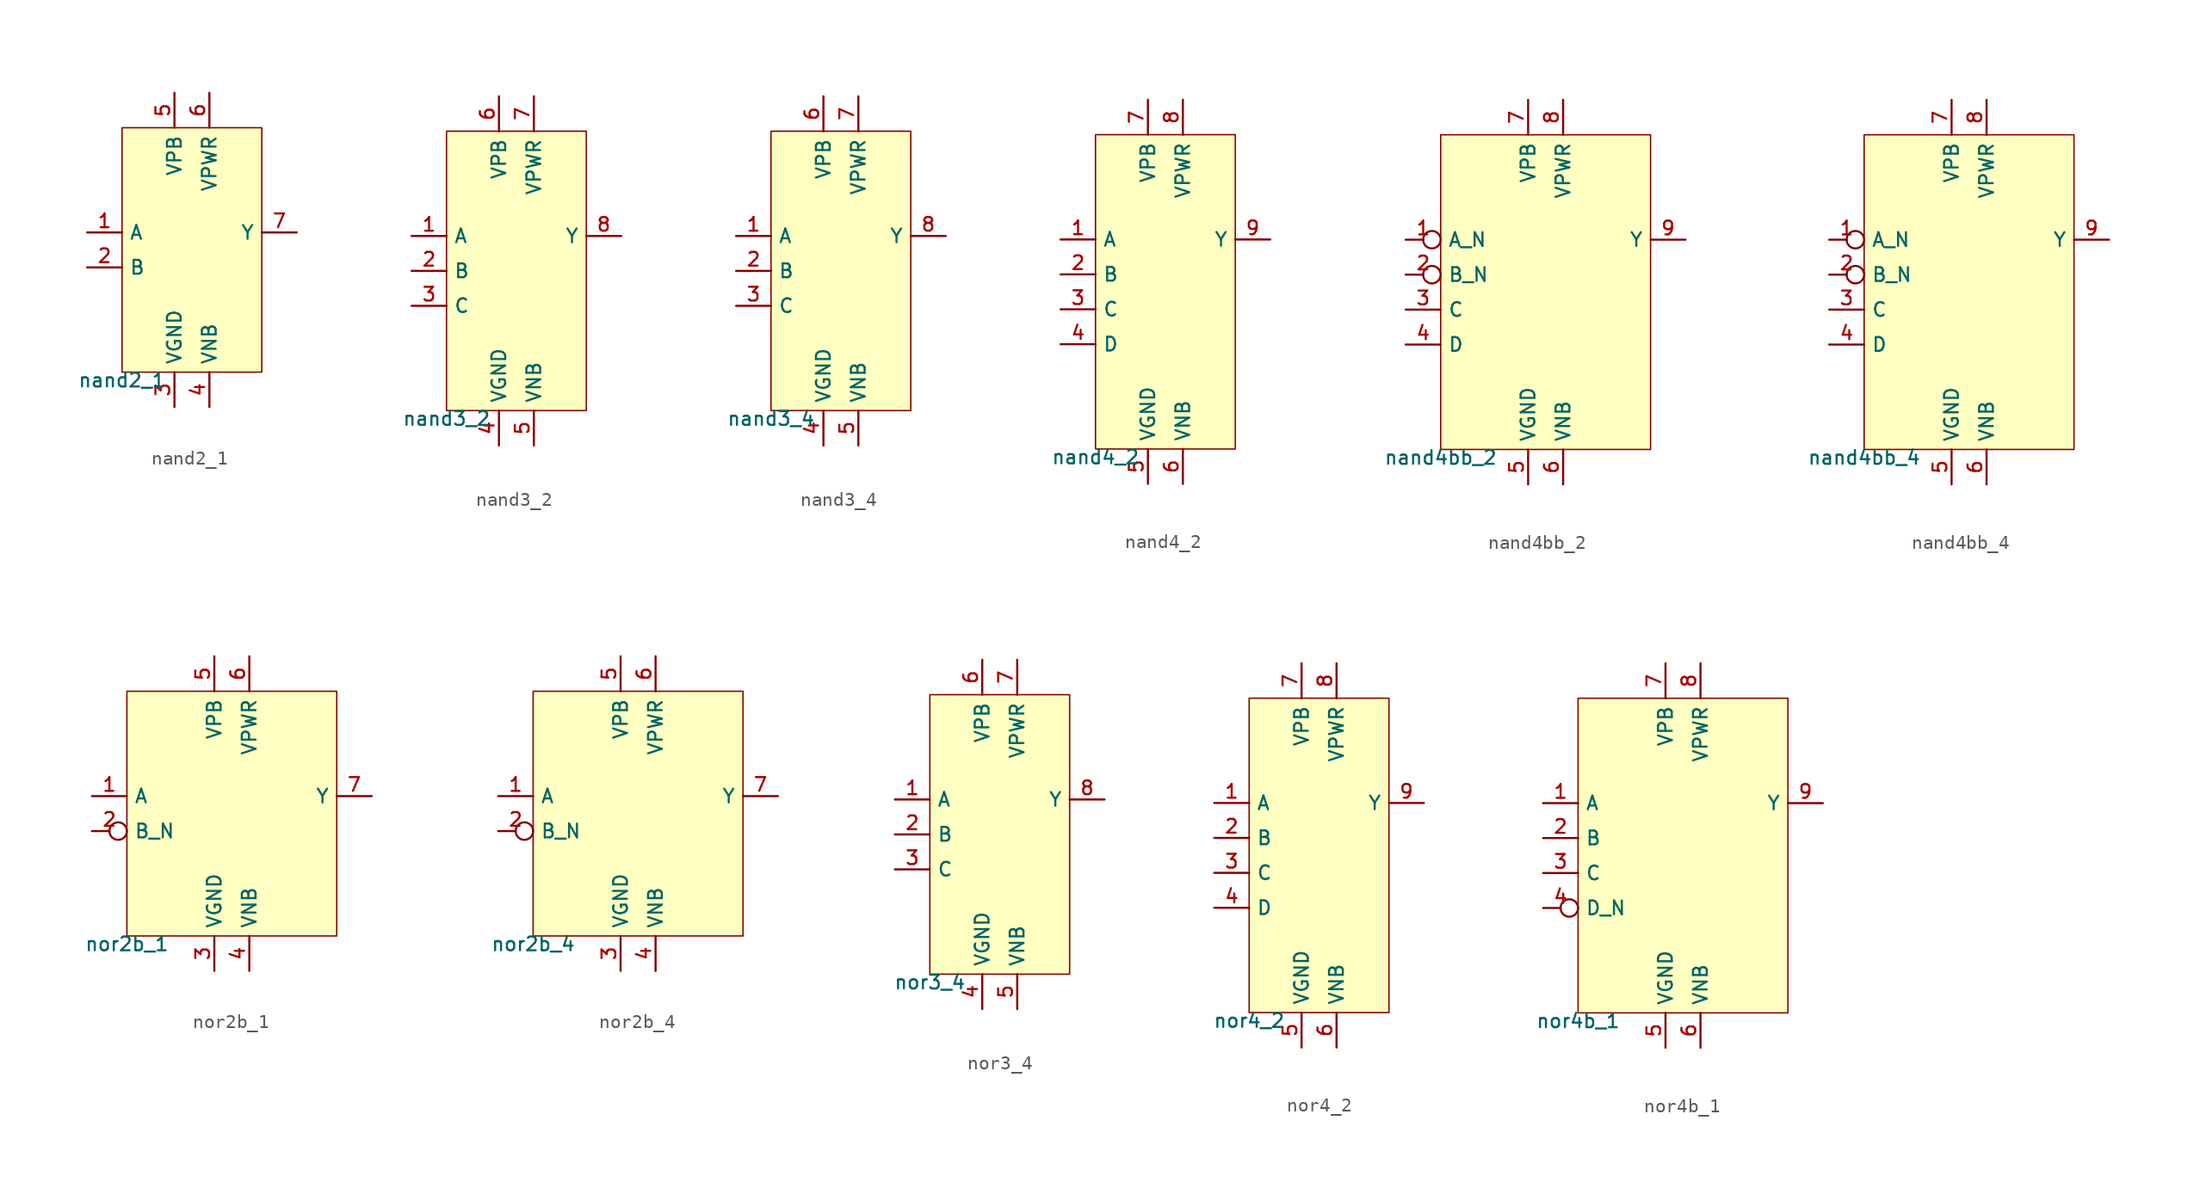
<source format=kicad_sym>
(kicad_symbol_lib
  (version 20211014)
  (generator pdk2kicad)
  (symbol "nand2_1"
    (property "Reference" "X"
      (at 0 0 0)
      (effects (font (size 1 1)) hide))
    (property "Value" "nand2_1"
      (at -5.08 -8.89 0)
      (effects (font (size 1 1)) (justify top)))
    (rectangle
      (start -5.08 -8.89)
      (end 5.08 8.89)
      (stroke (width 0.1) (type solid) (color 0 0 0 0))
      (fill (type background)))
    (pin input line
      (at -7.62 1.27 0)
      (length 2.54)
      (name "A" (effects (font (size 1 1)) hide))
      (number "1" (effects (font (size 1 1)) hide)))
    (pin input line
      (at -7.62 -1.27 0)
      (length 2.54)
      (name "B" (effects (font (size 1 1)) hide))
      (number "2" (effects (font (size 1 1)) hide)))
    (pin power_in line
      (at -1.27 -11.43 90)
      (length 2.54)
      (name "VGND" (effects (font (size 1 1)) hide))
      (number "3" (effects (font (size 1 1)) hide)))
    (pin power_in line
      (at 1.27 -11.43 90)
      (length 2.54)
      (name "VNB" (effects (font (size 1 1)) hide))
      (number "4" (effects (font (size 1 1)) hide)))
    (pin power_in line
      (at -1.27 11.43 270)
      (length 2.54)
      (name "VPB" (effects (font (size 1 1)) hide))
      (number "5" (effects (font (size 1 1)) hide)))
    (pin power_in line
      (at 1.27 11.43 270)
      (length 2.54)
      (name "VPWR" (effects (font (size 1 1)) hide))
      (number "6" (effects (font (size 1 1)) hide)))
    (pin output line
      (at 7.62 1.27 180)
      (length 2.54)
      (name "Y" (effects (font (size 1 1)) hide))
      (number "7" (effects (font (size 1 1)) hide))))
  (symbol "nand3_2"
    (property "Reference" "X"
      (at 0 0 0)
      (effects (font (size 1 1)) hide))
    (property "Value" "nand3_2"
      (at -5.08 -10.16 0)
      (effects (font (size 1 1)) (justify top)))
    (rectangle
      (start -5.08 -10.16)
      (end 5.08 10.16)
      (stroke (width 0.1) (type solid) (color 0 0 0 0))
      (fill (type background)))
    (pin input line
      (at -7.62 2.54 0)
      (length 2.54)
      (name "A" (effects (font (size 1 1)) hide))
      (number "1" (effects (font (size 1 1)) hide)))
    (pin input line
      (at -7.62 0.0 0)
      (length 2.54)
      (name "B" (effects (font (size 1 1)) hide))
      (number "2" (effects (font (size 1 1)) hide)))
    (pin input line
      (at -7.62 -2.54 0)
      (length 2.54)
      (name "C" (effects (font (size 1 1)) hide))
      (number "3" (effects (font (size 1 1)) hide)))
    (pin power_in line
      (at -1.27 -12.7 90)
      (length 2.54)
      (name "VGND" (effects (font (size 1 1)) hide))
      (number "4" (effects (font (size 1 1)) hide)))
    (pin power_in line
      (at 1.27 -12.7 90)
      (length 2.54)
      (name "VNB" (effects (font (size 1 1)) hide))
      (number "5" (effects (font (size 1 1)) hide)))
    (pin power_in line
      (at -1.27 12.7 270)
      (length 2.54)
      (name "VPB" (effects (font (size 1 1)) hide))
      (number "6" (effects (font (size 1 1)) hide)))
    (pin power_in line
      (at 1.27 12.7 270)
      (length 2.54)
      (name "VPWR" (effects (font (size 1 1)) hide))
      (number "7" (effects (font (size 1 1)) hide)))
    (pin output line
      (at 7.62 2.54 180)
      (length 2.54)
      (name "Y" (effects (font (size 1 1)) hide))
      (number "8" (effects (font (size 1 1)) hide))))
  (symbol "nand3_4"
    (property "Reference" "X"
      (at 0 0 0)
      (effects (font (size 1 1)) hide))
    (property "Value" "nand3_4"
      (at -5.08 -10.16 0)
      (effects (font (size 1 1)) (justify top)))
    (rectangle
      (start -5.08 -10.16)
      (end 5.08 10.16)
      (stroke (width 0.1) (type solid) (color 0 0 0 0))
      (fill (type background)))
    (pin input line
      (at -7.62 2.54 0)
      (length 2.54)
      (name "A" (effects (font (size 1 1)) hide))
      (number "1" (effects (font (size 1 1)) hide)))
    (pin input line
      (at -7.62 0.0 0)
      (length 2.54)
      (name "B" (effects (font (size 1 1)) hide))
      (number "2" (effects (font (size 1 1)) hide)))
    (pin input line
      (at -7.62 -2.54 0)
      (length 2.54)
      (name "C" (effects (font (size 1 1)) hide))
      (number "3" (effects (font (size 1 1)) hide)))
    (pin power_in line
      (at -1.27 -12.7 90)
      (length 2.54)
      (name "VGND" (effects (font (size 1 1)) hide))
      (number "4" (effects (font (size 1 1)) hide)))
    (pin power_in line
      (at 1.27 -12.7 90)
      (length 2.54)
      (name "VNB" (effects (font (size 1 1)) hide))
      (number "5" (effects (font (size 1 1)) hide)))
    (pin power_in line
      (at -1.27 12.7 270)
      (length 2.54)
      (name "VPB" (effects (font (size 1 1)) hide))
      (number "6" (effects (font (size 1 1)) hide)))
    (pin power_in line
      (at 1.27 12.7 270)
      (length 2.54)
      (name "VPWR" (effects (font (size 1 1)) hide))
      (number "7" (effects (font (size 1 1)) hide)))
    (pin output line
      (at 7.62 2.54 180)
      (length 2.54)
      (name "Y" (effects (font (size 1 1)) hide))
      (number "8" (effects (font (size 1 1)) hide))))
  (symbol "nand4_2"
    (property "Reference" "X"
      (at 0 0 0)
      (effects (font (size 1 1)) hide))
    (property "Value" "nand4_2"
      (at -5.08 -11.43 0)
      (effects (font (size 1 1)) (justify top)))
    (rectangle
      (start -5.08 -11.43)
      (end 5.08 11.43)
      (stroke (width 0.1) (type solid) (color 0 0 0 0))
      (fill (type background)))
    (pin input line
      (at -7.62 3.81 0)
      (length 2.54)
      (name "A" (effects (font (size 1 1)) hide))
      (number "1" (effects (font (size 1 1)) hide)))
    (pin input line
      (at -7.62 1.27 0)
      (length 2.54)
      (name "B" (effects (font (size 1 1)) hide))
      (number "2" (effects (font (size 1 1)) hide)))
    (pin input line
      (at -7.62 -1.27 0)
      (length 2.54)
      (name "C" (effects (font (size 1 1)) hide))
      (number "3" (effects (font (size 1 1)) hide)))
    (pin input line
      (at -7.62 -3.81 0)
      (length 2.54)
      (name "D" (effects (font (size 1 1)) hide))
      (number "4" (effects (font (size 1 1)) hide)))
    (pin power_in line
      (at -1.27 -13.97 90)
      (length 2.54)
      (name "VGND" (effects (font (size 1 1)) hide))
      (number "5" (effects (font (size 1 1)) hide)))
    (pin power_in line
      (at 1.27 -13.97 90)
      (length 2.54)
      (name "VNB" (effects (font (size 1 1)) hide))
      (number "6" (effects (font (size 1 1)) hide)))
    (pin power_in line
      (at -1.27 13.97 270)
      (length 2.54)
      (name "VPB" (effects (font (size 1 1)) hide))
      (number "7" (effects (font (size 1 1)) hide)))
    (pin power_in line
      (at 1.27 13.97 270)
      (length 2.54)
      (name "VPWR" (effects (font (size 1 1)) hide))
      (number "8" (effects (font (size 1 1)) hide)))
    (pin output line
      (at 7.62 3.81 180)
      (length 2.54)
      (name "Y" (effects (font (size 1 1)) hide))
      (number "9" (effects (font (size 1 1)) hide))))
  (symbol "nand4bb_2"
    (property "Reference" "X"
      (at 0 0 0)
      (effects (font (size 1 1)) hide))
    (property "Value" "nand4bb_2"
      (at -7.62 -11.43 0)
      (effects (font (size 1 1)) (justify top)))
    (rectangle
      (start -7.62 -11.43)
      (end 7.62 11.43)
      (stroke (width 0.1) (type solid) (color 0 0 0 0))
      (fill (type background)))
    (pin input inverted
      (at -10.16 3.81 0)
      (length 2.54)
      (name "A_N" (effects (font (size 1 1)) hide))
      (number "1" (effects (font (size 1 1)) hide)))
    (pin input inverted
      (at -10.16 1.27 0)
      (length 2.54)
      (name "B_N" (effects (font (size 1 1)) hide))
      (number "2" (effects (font (size 1 1)) hide)))
    (pin input line
      (at -10.16 -1.27 0)
      (length 2.54)
      (name "C" (effects (font (size 1 1)) hide))
      (number "3" (effects (font (size 1 1)) hide)))
    (pin input line
      (at -10.16 -3.81 0)
      (length 2.54)
      (name "D" (effects (font (size 1 1)) hide))
      (number "4" (effects (font (size 1 1)) hide)))
    (pin power_in line
      (at -1.27 -13.97 90)
      (length 2.54)
      (name "VGND" (effects (font (size 1 1)) hide))
      (number "5" (effects (font (size 1 1)) hide)))
    (pin power_in line
      (at 1.27 -13.97 90)
      (length 2.54)
      (name "VNB" (effects (font (size 1 1)) hide))
      (number "6" (effects (font (size 1 1)) hide)))
    (pin power_in line
      (at -1.27 13.97 270)
      (length 2.54)
      (name "VPB" (effects (font (size 1 1)) hide))
      (number "7" (effects (font (size 1 1)) hide)))
    (pin power_in line
      (at 1.27 13.97 270)
      (length 2.54)
      (name "VPWR" (effects (font (size 1 1)) hide))
      (number "8" (effects (font (size 1 1)) hide)))
    (pin output line
      (at 10.16 3.81 180)
      (length 2.54)
      (name "Y" (effects (font (size 1 1)) hide))
      (number "9" (effects (font (size 1 1)) hide))))
  (symbol "nand4bb_4"
    (property "Reference" "X"
      (at 0 0 0)
      (effects (font (size 1 1)) hide))
    (property "Value" "nand4bb_4"
      (at -7.62 -11.43 0)
      (effects (font (size 1 1)) (justify top)))
    (rectangle
      (start -7.62 -11.43)
      (end 7.62 11.43)
      (stroke (width 0.1) (type solid) (color 0 0 0 0))
      (fill (type background)))
    (pin input inverted
      (at -10.16 3.81 0)
      (length 2.54)
      (name "A_N" (effects (font (size 1 1)) hide))
      (number "1" (effects (font (size 1 1)) hide)))
    (pin input inverted
      (at -10.16 1.27 0)
      (length 2.54)
      (name "B_N" (effects (font (size 1 1)) hide))
      (number "2" (effects (font (size 1 1)) hide)))
    (pin input line
      (at -10.16 -1.27 0)
      (length 2.54)
      (name "C" (effects (font (size 1 1)) hide))
      (number "3" (effects (font (size 1 1)) hide)))
    (pin input line
      (at -10.16 -3.81 0)
      (length 2.54)
      (name "D" (effects (font (size 1 1)) hide))
      (number "4" (effects (font (size 1 1)) hide)))
    (pin power_in line
      (at -1.27 -13.97 90)
      (length 2.54)
      (name "VGND" (effects (font (size 1 1)) hide))
      (number "5" (effects (font (size 1 1)) hide)))
    (pin power_in line
      (at 1.27 -13.97 90)
      (length 2.54)
      (name "VNB" (effects (font (size 1 1)) hide))
      (number "6" (effects (font (size 1 1)) hide)))
    (pin power_in line
      (at -1.27 13.97 270)
      (length 2.54)
      (name "VPB" (effects (font (size 1 1)) hide))
      (number "7" (effects (font (size 1 1)) hide)))
    (pin power_in line
      (at 1.27 13.97 270)
      (length 2.54)
      (name "VPWR" (effects (font (size 1 1)) hide))
      (number "8" (effects (font (size 1 1)) hide)))
    (pin output line
      (at 10.16 3.81 180)
      (length 2.54)
      (name "Y" (effects (font (size 1 1)) hide))
      (number "9" (effects (font (size 1 1)) hide))))
  (symbol "nor2b_1"
    (property "Reference" "X"
      (at 0 0 0)
      (effects (font (size 1 1)) hide))
    (property "Value" "nor2b_1"
      (at -7.62 -8.89 0)
      (effects (font (size 1 1)) (justify top)))
    (rectangle
      (start -7.62 -8.89)
      (end 7.62 8.89)
      (stroke (width 0.1) (type solid) (color 0 0 0 0))
      (fill (type background)))
    (pin input line
      (at -10.16 1.27 0)
      (length 2.54)
      (name "A" (effects (font (size 1 1)) hide))
      (number "1" (effects (font (size 1 1)) hide)))
    (pin input inverted
      (at -10.16 -1.27 0)
      (length 2.54)
      (name "B_N" (effects (font (size 1 1)) hide))
      (number "2" (effects (font (size 1 1)) hide)))
    (pin power_in line
      (at -1.27 -11.43 90)
      (length 2.54)
      (name "VGND" (effects (font (size 1 1)) hide))
      (number "3" (effects (font (size 1 1)) hide)))
    (pin power_in line
      (at 1.27 -11.43 90)
      (length 2.54)
      (name "VNB" (effects (font (size 1 1)) hide))
      (number "4" (effects (font (size 1 1)) hide)))
    (pin power_in line
      (at -1.27 11.43 270)
      (length 2.54)
      (name "VPB" (effects (font (size 1 1)) hide))
      (number "5" (effects (font (size 1 1)) hide)))
    (pin power_in line
      (at 1.27 11.43 270)
      (length 2.54)
      (name "VPWR" (effects (font (size 1 1)) hide))
      (number "6" (effects (font (size 1 1)) hide)))
    (pin output line
      (at 10.16 1.27 180)
      (length 2.54)
      (name "Y" (effects (font (size 1 1)) hide))
      (number "7" (effects (font (size 1 1)) hide))))
  (symbol "nor2b_4"
    (property "Reference" "X"
      (at 0 0 0)
      (effects (font (size 1 1)) hide))
    (property "Value" "nor2b_4"
      (at -7.62 -8.89 0)
      (effects (font (size 1 1)) (justify top)))
    (rectangle
      (start -7.62 -8.89)
      (end 7.62 8.89)
      (stroke (width 0.1) (type solid) (color 0 0 0 0))
      (fill (type background)))
    (pin input line
      (at -10.16 1.27 0)
      (length 2.54)
      (name "A" (effects (font (size 1 1)) hide))
      (number "1" (effects (font (size 1 1)) hide)))
    (pin input inverted
      (at -10.16 -1.27 0)
      (length 2.54)
      (name "B_N" (effects (font (size 1 1)) hide))
      (number "2" (effects (font (size 1 1)) hide)))
    (pin power_in line
      (at -1.27 -11.43 90)
      (length 2.54)
      (name "VGND" (effects (font (size 1 1)) hide))
      (number "3" (effects (font (size 1 1)) hide)))
    (pin power_in line
      (at 1.27 -11.43 90)
      (length 2.54)
      (name "VNB" (effects (font (size 1 1)) hide))
      (number "4" (effects (font (size 1 1)) hide)))
    (pin power_in line
      (at -1.27 11.43 270)
      (length 2.54)
      (name "VPB" (effects (font (size 1 1)) hide))
      (number "5" (effects (font (size 1 1)) hide)))
    (pin power_in line
      (at 1.27 11.43 270)
      (length 2.54)
      (name "VPWR" (effects (font (size 1 1)) hide))
      (number "6" (effects (font (size 1 1)) hide)))
    (pin output line
      (at 10.16 1.27 180)
      (length 2.54)
      (name "Y" (effects (font (size 1 1)) hide))
      (number "7" (effects (font (size 1 1)) hide))))
  (symbol "nor3_4"
    (property "Reference" "X"
      (at 0 0 0)
      (effects (font (size 1 1)) hide))
    (property "Value" "nor3_4"
      (at -5.08 -10.16 0)
      (effects (font (size 1 1)) (justify top)))
    (rectangle
      (start -5.08 -10.16)
      (end 5.08 10.16)
      (stroke (width 0.1) (type solid) (color 0 0 0 0))
      (fill (type background)))
    (pin input line
      (at -7.62 2.54 0)
      (length 2.54)
      (name "A" (effects (font (size 1 1)) hide))
      (number "1" (effects (font (size 1 1)) hide)))
    (pin input line
      (at -7.62 0.0 0)
      (length 2.54)
      (name "B" (effects (font (size 1 1)) hide))
      (number "2" (effects (font (size 1 1)) hide)))
    (pin input line
      (at -7.62 -2.54 0)
      (length 2.54)
      (name "C" (effects (font (size 1 1)) hide))
      (number "3" (effects (font (size 1 1)) hide)))
    (pin power_in line
      (at -1.27 -12.7 90)
      (length 2.54)
      (name "VGND" (effects (font (size 1 1)) hide))
      (number "4" (effects (font (size 1 1)) hide)))
    (pin power_in line
      (at 1.27 -12.7 90)
      (length 2.54)
      (name "VNB" (effects (font (size 1 1)) hide))
      (number "5" (effects (font (size 1 1)) hide)))
    (pin power_in line
      (at -1.27 12.7 270)
      (length 2.54)
      (name "VPB" (effects (font (size 1 1)) hide))
      (number "6" (effects (font (size 1 1)) hide)))
    (pin power_in line
      (at 1.27 12.7 270)
      (length 2.54)
      (name "VPWR" (effects (font (size 1 1)) hide))
      (number "7" (effects (font (size 1 1)) hide)))
    (pin output line
      (at 7.62 2.54 180)
      (length 2.54)
      (name "Y" (effects (font (size 1 1)) hide))
      (number "8" (effects (font (size 1 1)) hide))))
  (symbol "nor4_2"
    (property "Reference" "X"
      (at 0 0 0)
      (effects (font (size 1 1)) hide))
    (property "Value" "nor4_2"
      (at -5.08 -11.43 0)
      (effects (font (size 1 1)) (justify top)))
    (rectangle
      (start -5.08 -11.43)
      (end 5.08 11.43)
      (stroke (width 0.1) (type solid) (color 0 0 0 0))
      (fill (type background)))
    (pin input line
      (at -7.62 3.81 0)
      (length 2.54)
      (name "A" (effects (font (size 1 1)) hide))
      (number "1" (effects (font (size 1 1)) hide)))
    (pin input line
      (at -7.62 1.27 0)
      (length 2.54)
      (name "B" (effects (font (size 1 1)) hide))
      (number "2" (effects (font (size 1 1)) hide)))
    (pin input line
      (at -7.62 -1.27 0)
      (length 2.54)
      (name "C" (effects (font (size 1 1)) hide))
      (number "3" (effects (font (size 1 1)) hide)))
    (pin input line
      (at -7.62 -3.81 0)
      (length 2.54)
      (name "D" (effects (font (size 1 1)) hide))
      (number "4" (effects (font (size 1 1)) hide)))
    (pin power_in line
      (at -1.27 -13.97 90)
      (length 2.54)
      (name "VGND" (effects (font (size 1 1)) hide))
      (number "5" (effects (font (size 1 1)) hide)))
    (pin power_in line
      (at 1.27 -13.97 90)
      (length 2.54)
      (name "VNB" (effects (font (size 1 1)) hide))
      (number "6" (effects (font (size 1 1)) hide)))
    (pin power_in line
      (at -1.27 13.97 270)
      (length 2.54)
      (name "VPB" (effects (font (size 1 1)) hide))
      (number "7" (effects (font (size 1 1)) hide)))
    (pin power_in line
      (at 1.27 13.97 270)
      (length 2.54)
      (name "VPWR" (effects (font (size 1 1)) hide))
      (number "8" (effects (font (size 1 1)) hide)))
    (pin output line
      (at 7.62 3.81 180)
      (length 2.54)
      (name "Y" (effects (font (size 1 1)) hide))
      (number "9" (effects (font (size 1 1)) hide))))
  (symbol "nor4b_1"
    (property "Reference" "X"
      (at 0 0 0)
      (effects (font (size 1 1)) hide))
    (property "Value" "nor4b_1"
      (at -7.62 -11.43 0)
      (effects (font (size 1 1)) (justify top)))
    (rectangle
      (start -7.62 -11.43)
      (end 7.62 11.43)
      (stroke (width 0.1) (type solid) (color 0 0 0 0))
      (fill (type background)))
    (pin input line
      (at -10.16 3.81 0)
      (length 2.54)
      (name "A" (effects (font (size 1 1)) hide))
      (number "1" (effects (font (size 1 1)) hide)))
    (pin input line
      (at -10.16 1.27 0)
      (length 2.54)
      (name "B" (effects (font (size 1 1)) hide))
      (number "2" (effects (font (size 1 1)) hide)))
    (pin input line
      (at -10.16 -1.27 0)
      (length 2.54)
      (name "C" (effects (font (size 1 1)) hide))
      (number "3" (effects (font (size 1 1)) hide)))
    (pin input inverted
      (at -10.16 -3.81 0)
      (length 2.54)
      (name "D_N" (effects (font (size 1 1)) hide))
      (number "4" (effects (font (size 1 1)) hide)))
    (pin power_in line
      (at -1.27 -13.97 90)
      (length 2.54)
      (name "VGND" (effects (font (size 1 1)) hide))
      (number "5" (effects (font (size 1 1)) hide)))
    (pin power_in line
      (at 1.27 -13.97 90)
      (length 2.54)
      (name "VNB" (effects (font (size 1 1)) hide))
      (number "6" (effects (font (size 1 1)) hide)))
    (pin power_in line
      (at -1.27 13.97 270)
      (length 2.54)
      (name "VPB" (effects (font (size 1 1)) hide))
      (number "7" (effects (font (size 1 1)) hide)))
    (pin power_in line
      (at 1.27 13.97 270)
      (length 2.54)
      (name "VPWR" (effects (font (size 1 1)) hide))
      (number "8" (effects (font (size 1 1)) hide)))
    (pin output line
      (at 10.16 3.81 180)
      (length 2.54)
      (name "Y" (effects (font (size 1 1)) hide))
      (number "9" (effects (font (size 1 1)) hide)))))
</source>
